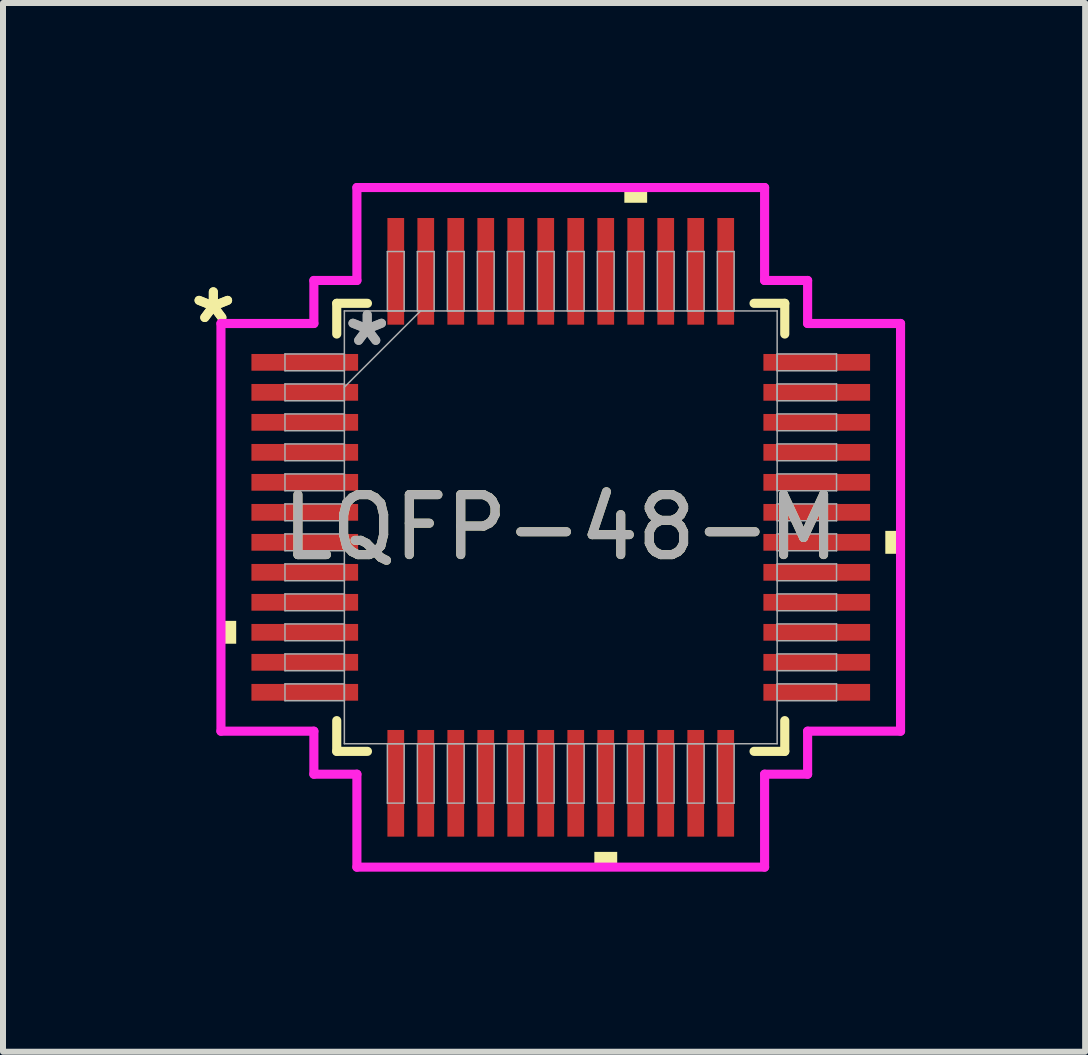
<source format=kicad_pcb>
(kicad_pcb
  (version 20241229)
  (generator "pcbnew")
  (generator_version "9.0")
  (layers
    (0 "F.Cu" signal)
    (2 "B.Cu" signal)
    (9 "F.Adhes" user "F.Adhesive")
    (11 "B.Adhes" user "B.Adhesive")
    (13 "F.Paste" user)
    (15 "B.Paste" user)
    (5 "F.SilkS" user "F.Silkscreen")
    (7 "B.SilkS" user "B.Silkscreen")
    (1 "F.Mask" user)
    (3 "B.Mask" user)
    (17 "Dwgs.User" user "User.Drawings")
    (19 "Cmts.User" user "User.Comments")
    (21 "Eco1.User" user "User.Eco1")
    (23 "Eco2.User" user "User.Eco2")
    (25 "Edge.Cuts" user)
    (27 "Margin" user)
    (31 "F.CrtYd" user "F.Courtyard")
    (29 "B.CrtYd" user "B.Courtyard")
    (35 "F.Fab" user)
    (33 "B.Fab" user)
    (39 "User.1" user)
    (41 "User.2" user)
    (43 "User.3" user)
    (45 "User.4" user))
  (footprint "LQFP-48-M"
    (layer "F.Cu")
    (at 6.297 5.74)
    (property "Reference" "LQFP-48-M" (at 0 0 0) (unlocked yes) (layer "F.SilkS") (effects (font (size 1 1) (thickness 0.15))))
    (attr smd)
    (fp_line (start -3.734 -3.734) (end -3.734 -3.222) (stroke (width 0.152) (type solid)) (layer "F.SilkS"))
    (fp_line (start -3.734 3.222) (end -3.734 3.734) (stroke (width 0.152) (type solid)) (layer "F.SilkS"))
    (fp_line (start -3.734 3.734) (end -3.222 3.734) (stroke (width 0.152) (type solid)) (layer "F.SilkS"))
    (fp_line (start -3.222 -3.734) (end -3.734 -3.734) (stroke (width 0.152) (type solid)) (layer "F.SilkS"))
    (fp_line (start 3.222 3.734) (end 3.734 3.734) (stroke (width 0.152) (type solid)) (layer "F.SilkS"))
    (fp_line (start 3.734 -3.734) (end 3.222 -3.734) (stroke (width 0.152) (type solid)) (layer "F.SilkS"))
    (fp_line (start 3.734 -3.222) (end 3.734 -3.734) (stroke (width 0.152) (type solid)) (layer "F.SilkS"))
    (fp_line (start 3.734 3.734) (end 3.734 3.222) (stroke (width 0.152) (type solid)) (layer "F.SilkS"))
    (fp_poly (pts (xy -5.664 1.559) (xy -5.664 1.94) (xy -5.41 1.94) (xy -5.41 1.559)) (stroke (width 0) (type solid)) (fill yes) (layer "F.SilkS"))
    (fp_poly (pts (xy 0.56 5.41) (xy 0.56 5.664) (xy 0.941 5.664) (xy 0.941 5.41)) (stroke (width 0) (type solid)) (fill yes) (layer "F.SilkS"))
    (fp_poly (pts (xy 1.06 -5.41) (xy 1.06 -5.664) (xy 1.44 -5.664) (xy 1.44 -5.41)) (stroke (width 0) (type solid)) (fill yes) (layer "F.SilkS"))
    (fp_poly (pts (xy 5.664 0.059) (xy 5.664 0.441) (xy 5.41 0.441) (xy 5.41 0.059)) (stroke (width 0) (type solid)) (fill yes) (layer "F.SilkS"))
    (fp_line (start -5.664 -3.398) (end -4.115 -3.398) (stroke (width 0.152) (type solid)) (layer "F.CrtYd"))
    (fp_line (start -5.664 3.398) (end -5.664 -3.398) (stroke (width 0.152) (type solid)) (layer "F.CrtYd"))
    (fp_line (start -4.115 -4.115) (end -3.398 -4.115) (stroke (width 0.152) (type solid)) (layer "F.CrtYd"))
    (fp_line (start -4.115 -3.398) (end -4.115 -4.115) (stroke (width 0.152) (type solid)) (layer "F.CrtYd"))
    (fp_line (start -4.115 3.398) (end -5.664 3.398) (stroke (width 0.152) (type solid)) (layer "F.CrtYd"))
    (fp_line (start -4.115 4.115) (end -4.115 3.398) (stroke (width 0.152) (type solid)) (layer "F.CrtYd"))
    (fp_line (start -4.115 4.115) (end -3.398 4.115) (stroke (width 0.152) (type solid)) (layer "F.CrtYd"))
    (fp_line (start -3.398 -5.664) (end 3.398 -5.664) (stroke (width 0.152) (type solid)) (layer "F.CrtYd"))
    (fp_line (start -3.398 -4.115) (end -3.398 -5.664) (stroke (width 0.152) (type solid)) (layer "F.CrtYd"))
    (fp_line (start -3.398 4.115) (end -3.398 5.664) (stroke (width 0.152) (type solid)) (layer "F.CrtYd"))
    (fp_line (start -3.398 5.664) (end 3.398 5.664) (stroke (width 0.152) (type solid)) (layer "F.CrtYd"))
    (fp_line (start 3.398 -5.664) (end 3.398 -4.115) (stroke (width 0.152) (type solid)) (layer "F.CrtYd"))
    (fp_line (start 3.398 -4.115) (end 4.115 -4.115) (stroke (width 0.152) (type solid)) (layer "F.CrtYd"))
    (fp_line (start 3.398 4.115) (end 4.115 4.115) (stroke (width 0.152) (type solid)) (layer "F.CrtYd"))
    (fp_line (start 3.398 5.664) (end 3.398 4.115) (stroke (width 0.152) (type solid)) (layer "F.CrtYd"))
    (fp_line (start 4.115 -3.398) (end 4.115 -4.115) (stroke (width 0.152) (type solid)) (layer "F.CrtYd"))
    (fp_line (start 4.115 3.398) (end 5.664 3.398) (stroke (width 0.152) (type solid)) (layer "F.CrtYd"))
    (fp_line (start 4.115 4.115) (end 4.115 3.398) (stroke (width 0.152) (type solid)) (layer "F.CrtYd"))
    (fp_line (start 5.664 -3.398) (end 4.115 -3.398) (stroke (width 0.152) (type solid)) (layer "F.CrtYd"))
    (fp_line (start 5.664 3.398) (end 5.664 -3.398) (stroke (width 0.152) (type solid)) (layer "F.CrtYd"))
    (fp_line (start -4.597 -2.89) (end -4.597 -2.61) (stroke (width 0.025) (type solid)) (layer "F.Fab"))
    (fp_line (start -4.597 -2.61) (end -3.607 -2.61) (stroke (width 0.025) (type solid)) (layer "F.Fab"))
    (fp_line (start -4.597 -2.39) (end -4.597 -2.11) (stroke (width 0.025) (type solid)) (layer "F.Fab"))
    (fp_line (start -4.597 -2.11) (end -3.607 -2.11) (stroke (width 0.025) (type solid)) (layer "F.Fab"))
    (fp_line (start -4.597 -1.89) (end -4.597 -1.61) (stroke (width 0.025) (type solid)) (layer "F.Fab"))
    (fp_line (start -4.597 -1.61) (end -3.607 -1.61) (stroke (width 0.025) (type solid)) (layer "F.Fab"))
    (fp_line (start -4.597 -1.39) (end -4.597 -1.11) (stroke (width 0.025) (type solid)) (layer "F.Fab"))
    (fp_line (start -4.597 -1.11) (end -3.607 -1.11) (stroke (width 0.025) (type solid)) (layer "F.Fab"))
    (fp_line (start -4.597 -0.89) (end -4.597 -0.61) (stroke (width 0.025) (type solid)) (layer "F.Fab"))
    (fp_line (start -4.597 -0.61) (end -3.607 -0.61) (stroke (width 0.025) (type solid)) (layer "F.Fab"))
    (fp_line (start -4.597 -0.39) (end -4.597 -0.11) (stroke (width 0.025) (type solid)) (layer "F.Fab"))
    (fp_line (start -4.597 -0.11) (end -3.607 -0.11) (stroke (width 0.025) (type solid)) (layer "F.Fab"))
    (fp_line (start -4.597 0.11) (end -4.597 0.39) (stroke (width 0.025) (type solid)) (layer "F.Fab"))
    (fp_line (start -4.597 0.39) (end -3.607 0.39) (stroke (width 0.025) (type solid)) (layer "F.Fab"))
    (fp_line (start -4.597 0.61) (end -4.597 0.89) (stroke (width 0.025) (type solid)) (layer "F.Fab"))
    (fp_line (start -4.597 0.89) (end -3.607 0.89) (stroke (width 0.025) (type solid)) (layer "F.Fab"))
    (fp_line (start -4.597 1.11) (end -4.597 1.39) (stroke (width 0.025) (type solid)) (layer "F.Fab"))
    (fp_line (start -4.597 1.39) (end -3.607 1.39) (stroke (width 0.025) (type solid)) (layer "F.Fab"))
    (fp_line (start -4.597 1.61) (end -4.597 1.89) (stroke (width 0.025) (type solid)) (layer "F.Fab"))
    (fp_line (start -4.597 1.89) (end -3.607 1.89) (stroke (width 0.025) (type solid)) (layer "F.Fab"))
    (fp_line (start -4.597 2.11) (end -4.597 2.39) (stroke (width 0.025) (type solid)) (layer "F.Fab"))
    (fp_line (start -4.597 2.39) (end -3.607 2.39) (stroke (width 0.025) (type solid)) (layer "F.Fab"))
    (fp_line (start -4.597 2.61) (end -4.597 2.89) (stroke (width 0.025) (type solid)) (layer "F.Fab"))
    (fp_line (start -4.597 2.89) (end -3.607 2.89) (stroke (width 0.025) (type solid)) (layer "F.Fab"))
    (fp_line (start -3.607 -3.607) (end -3.607 3.607) (stroke (width 0.025) (type solid)) (layer "F.Fab"))
    (fp_line (start -3.607 -2.89) (end -4.597 -2.89) (stroke (width 0.025) (type solid)) (layer "F.Fab"))
    (fp_line (start -3.607 -2.61) (end -3.607 -2.89) (stroke (width 0.025) (type solid)) (layer "F.Fab"))
    (fp_line (start -3.607 -2.39) (end -4.597 -2.39) (stroke (width 0.025) (type solid)) (layer "F.Fab"))
    (fp_line (start -3.607 -2.337) (end -2.337 -3.607) (stroke (width 0.025) (type solid)) (layer "F.Fab"))
    (fp_line (start -3.607 -2.11) (end -3.607 -2.39) (stroke (width 0.025) (type solid)) (layer "F.Fab"))
    (fp_line (start -3.607 -1.89) (end -4.597 -1.89) (stroke (width 0.025) (type solid)) (layer "F.Fab"))
    (fp_line (start -3.607 -1.61) (end -3.607 -1.89) (stroke (width 0.025) (type solid)) (layer "F.Fab"))
    (fp_line (start -3.607 -1.39) (end -4.597 -1.39) (stroke (width 0.025) (type solid)) (layer "F.Fab"))
    (fp_line (start -3.607 -1.11) (end -3.607 -1.39) (stroke (width 0.025) (type solid)) (layer "F.Fab"))
    (fp_line (start -3.607 -0.89) (end -4.597 -0.89) (stroke (width 0.025) (type solid)) (layer "F.Fab"))
    (fp_line (start -3.607 -0.61) (end -3.607 -0.89) (stroke (width 0.025) (type solid)) (layer "F.Fab"))
    (fp_line (start -3.607 -0.39) (end -4.597 -0.39) (stroke (width 0.025) (type solid)) (layer "F.Fab"))
    (fp_line (start -3.607 -0.11) (end -3.607 -0.39) (stroke (width 0.025) (type solid)) (layer "F.Fab"))
    (fp_line (start -3.607 0.11) (end -4.597 0.11) (stroke (width 0.025) (type solid)) (layer "F.Fab"))
    (fp_line (start -3.607 0.39) (end -3.607 0.11) (stroke (width 0.025) (type solid)) (layer "F.Fab"))
    (fp_line (start -3.607 0.61) (end -4.597 0.61) (stroke (width 0.025) (type solid)) (layer "F.Fab"))
    (fp_line (start -3.607 0.89) (end -3.607 0.61) (stroke (width 0.025) (type solid)) (layer "F.Fab"))
    (fp_line (start -3.607 1.11) (end -4.597 1.11) (stroke (width 0.025) (type solid)) (layer "F.Fab"))
    (fp_line (start -3.607 1.39) (end -3.607 1.11) (stroke (width 0.025) (type solid)) (layer "F.Fab"))
    (fp_line (start -3.607 1.61) (end -4.597 1.61) (stroke (width 0.025) (type solid)) (layer "F.Fab"))
    (fp_line (start -3.607 1.89) (end -3.607 1.61) (stroke (width 0.025) (type solid)) (layer "F.Fab"))
    (fp_line (start -3.607 2.11) (end -4.597 2.11) (stroke (width 0.025) (type solid)) (layer "F.Fab"))
    (fp_line (start -3.607 2.39) (end -3.607 2.11) (stroke (width 0.025) (type solid)) (layer "F.Fab"))
    (fp_line (start -3.607 2.61) (end -4.597 2.61) (stroke (width 0.025) (type solid)) (layer "F.Fab"))
    (fp_line (start -3.607 2.89) (end -3.607 2.61) (stroke (width 0.025) (type solid)) (layer "F.Fab"))
    (fp_line (start -3.607 3.607) (end 3.607 3.607) (stroke (width 0.025) (type solid)) (layer "F.Fab"))
    (fp_line (start -2.89 -4.597) (end -2.89 -3.607) (stroke (width 0.025) (type solid)) (layer "F.Fab"))
    (fp_line (start -2.89 -3.607) (end -2.61 -3.607) (stroke (width 0.025) (type solid)) (layer "F.Fab"))
    (fp_line (start -2.89 3.607) (end -2.89 4.597) (stroke (width 0.025) (type solid)) (layer "F.Fab"))
    (fp_line (start -2.89 4.597) (end -2.61 4.597) (stroke (width 0.025) (type solid)) (layer "F.Fab"))
    (fp_line (start -2.61 -4.597) (end -2.89 -4.597) (stroke (width 0.025) (type solid)) (layer "F.Fab"))
    (fp_line (start -2.61 -3.607) (end -2.61 -4.597) (stroke (width 0.025) (type solid)) (layer "F.Fab"))
    (fp_line (start -2.61 3.607) (end -2.89 3.607) (stroke (width 0.025) (type solid)) (layer "F.Fab"))
    (fp_line (start -2.61 4.597) (end -2.61 3.607) (stroke (width 0.025) (type solid)) (layer "F.Fab"))
    (fp_line (start -2.39 -4.597) (end -2.39 -3.607) (stroke (width 0.025) (type solid)) (layer "F.Fab"))
    (fp_line (start -2.39 -3.607) (end -2.11 -3.607) (stroke (width 0.025) (type solid)) (layer "F.Fab"))
    (fp_line (start -2.39 3.607) (end -2.39 4.597) (stroke (width 0.025) (type solid)) (layer "F.Fab"))
    (fp_line (start -2.39 4.597) (end -2.11 4.597) (stroke (width 0.025) (type solid)) (layer "F.Fab"))
    (fp_line (start -2.11 -4.597) (end -2.39 -4.597) (stroke (width 0.025) (type solid)) (layer "F.Fab"))
    (fp_line (start -2.11 -3.607) (end -2.11 -4.597) (stroke (width 0.025) (type solid)) (layer "F.Fab"))
    (fp_line (start -2.11 3.607) (end -2.39 3.607) (stroke (width 0.025) (type solid)) (layer "F.Fab"))
    (fp_line (start -2.11 4.597) (end -2.11 3.607) (stroke (width 0.025) (type solid)) (layer "F.Fab"))
    (fp_line (start -1.89 -4.597) (end -1.89 -3.607) (stroke (width 0.025) (type solid)) (layer "F.Fab"))
    (fp_line (start -1.89 -3.607) (end -1.61 -3.607) (stroke (width 0.025) (type solid)) (layer "F.Fab"))
    (fp_line (start -1.89 3.607) (end -1.89 4.597) (stroke (width 0.025) (type solid)) (layer "F.Fab"))
    (fp_line (start -1.89 4.597) (end -1.61 4.597) (stroke (width 0.025) (type solid)) (layer "F.Fab"))
    (fp_line (start -1.61 -4.597) (end -1.89 -4.597) (stroke (width 0.025) (type solid)) (layer "F.Fab"))
    (fp_line (start -1.61 -3.607) (end -1.61 -4.597) (stroke (width 0.025) (type solid)) (layer "F.Fab"))
    (fp_line (start -1.61 3.607) (end -1.89 3.607) (stroke (width 0.025) (type solid)) (layer "F.Fab"))
    (fp_line (start -1.61 4.597) (end -1.61 3.607) (stroke (width 0.025) (type solid)) (layer "F.Fab"))
    (fp_line (start -1.39 -4.597) (end -1.39 -3.607) (stroke (width 0.025) (type solid)) (layer "F.Fab"))
    (fp_line (start -1.39 -3.607) (end -1.11 -3.607) (stroke (width 0.025) (type solid)) (layer "F.Fab"))
    (fp_line (start -1.39 3.607) (end -1.39 4.597) (stroke (width 0.025) (type solid)) (layer "F.Fab"))
    (fp_line (start -1.39 4.597) (end -1.11 4.597) (stroke (width 0.025) (type solid)) (layer "F.Fab"))
    (fp_line (start -1.11 -4.597) (end -1.39 -4.597) (stroke (width 0.025) (type solid)) (layer "F.Fab"))
    (fp_line (start -1.11 -3.607) (end -1.11 -4.597) (stroke (width 0.025) (type solid)) (layer "F.Fab"))
    (fp_line (start -1.11 3.607) (end -1.39 3.607) (stroke (width 0.025) (type solid)) (layer "F.Fab"))
    (fp_line (start -1.11 4.597) (end -1.11 3.607) (stroke (width 0.025) (type solid)) (layer "F.Fab"))
    (fp_line (start -0.89 -4.597) (end -0.89 -3.607) (stroke (width 0.025) (type solid)) (layer "F.Fab"))
    (fp_line (start -0.89 -3.607) (end -0.61 -3.607) (stroke (width 0.025) (type solid)) (layer "F.Fab"))
    (fp_line (start -0.89 3.607) (end -0.89 4.597) (stroke (width 0.025) (type solid)) (layer "F.Fab"))
    (fp_line (start -0.89 4.597) (end -0.61 4.597) (stroke (width 0.025) (type solid)) (layer "F.Fab"))
    (fp_line (start -0.61 -4.597) (end -0.89 -4.597) (stroke (width 0.025) (type solid)) (layer "F.Fab"))
    (fp_line (start -0.61 -3.607) (end -0.61 -4.597) (stroke (width 0.025) (type solid)) (layer "F.Fab"))
    (fp_line (start -0.61 3.607) (end -0.89 3.607) (stroke (width 0.025) (type solid)) (layer "F.Fab"))
    (fp_line (start -0.61 4.597) (end -0.61 3.607) (stroke (width 0.025) (type solid)) (layer "F.Fab"))
    (fp_line (start -0.39 -4.597) (end -0.39 -3.607) (stroke (width 0.025) (type solid)) (layer "F.Fab"))
    (fp_line (start -0.39 -3.607) (end -0.11 -3.607) (stroke (width 0.025) (type solid)) (layer "F.Fab"))
    (fp_line (start -0.39 3.607) (end -0.39 4.597) (stroke (width 0.025) (type solid)) (layer "F.Fab"))
    (fp_line (start -0.39 4.597) (end -0.11 4.597) (stroke (width 0.025) (type solid)) (layer "F.Fab"))
    (fp_line (start -0.11 -4.597) (end -0.39 -4.597) (stroke (width 0.025) (type solid)) (layer "F.Fab"))
    (fp_line (start -0.11 -3.607) (end -0.11 -4.597) (stroke (width 0.025) (type solid)) (layer "F.Fab"))
    (fp_line (start -0.11 3.607) (end -0.39 3.607) (stroke (width 0.025) (type solid)) (layer "F.Fab"))
    (fp_line (start -0.11 4.597) (end -0.11 3.607) (stroke (width 0.025) (type solid)) (layer "F.Fab"))
    (fp_line (start 0.11 -4.597) (end 0.11 -3.607) (stroke (width 0.025) (type solid)) (layer "F.Fab"))
    (fp_line (start 0.11 -3.607) (end 0.39 -3.607) (stroke (width 0.025) (type solid)) (layer "F.Fab"))
    (fp_line (start 0.11 3.607) (end 0.11 4.597) (stroke (width 0.025) (type solid)) (layer "F.Fab"))
    (fp_line (start 0.11 4.597) (end 0.39 4.597) (stroke (width 0.025) (type solid)) (layer "F.Fab"))
    (fp_line (start 0.39 -4.597) (end 0.11 -4.597) (stroke (width 0.025) (type solid)) (layer "F.Fab"))
    (fp_line (start 0.39 -3.607) (end 0.39 -4.597) (stroke (width 0.025) (type solid)) (layer "F.Fab"))
    (fp_line (start 0.39 3.607) (end 0.11 3.607) (stroke (width 0.025) (type solid)) (layer "F.Fab"))
    (fp_line (start 0.39 4.597) (end 0.39 3.607) (stroke (width 0.025) (type solid)) (layer "F.Fab"))
    (fp_line (start 0.61 -4.597) (end 0.61 -3.607) (stroke (width 0.025) (type solid)) (layer "F.Fab"))
    (fp_line (start 0.61 -3.607) (end 0.89 -3.607) (stroke (width 0.025) (type solid)) (layer "F.Fab"))
    (fp_line (start 0.61 3.607) (end 0.61 4.597) (stroke (width 0.025) (type solid)) (layer "F.Fab"))
    (fp_line (start 0.61 4.597) (end 0.89 4.597) (stroke (width 0.025) (type solid)) (layer "F.Fab"))
    (fp_line (start 0.89 -4.597) (end 0.61 -4.597) (stroke (width 0.025) (type solid)) (layer "F.Fab"))
    (fp_line (start 0.89 -3.607) (end 0.89 -4.597) (stroke (width 0.025) (type solid)) (layer "F.Fab"))
    (fp_line (start 0.89 3.607) (end 0.61 3.607) (stroke (width 0.025) (type solid)) (layer "F.Fab"))
    (fp_line (start 0.89 4.597) (end 0.89 3.607) (stroke (width 0.025) (type solid)) (layer "F.Fab"))
    (fp_line (start 1.11 -4.597) (end 1.11 -3.607) (stroke (width 0.025) (type solid)) (layer "F.Fab"))
    (fp_line (start 1.11 -3.607) (end 1.39 -3.607) (stroke (width 0.025) (type solid)) (layer "F.Fab"))
    (fp_line (start 1.11 3.607) (end 1.11 4.597) (stroke (width 0.025) (type solid)) (layer "F.Fab"))
    (fp_line (start 1.11 4.597) (end 1.39 4.597) (stroke (width 0.025) (type solid)) (layer "F.Fab"))
    (fp_line (start 1.39 -4.597) (end 1.11 -4.597) (stroke (width 0.025) (type solid)) (layer "F.Fab"))
    (fp_line (start 1.39 -3.607) (end 1.39 -4.597) (stroke (width 0.025) (type solid)) (layer "F.Fab"))
    (fp_line (start 1.39 3.607) (end 1.11 3.607) (stroke (width 0.025) (type solid)) (layer "F.Fab"))
    (fp_line (start 1.39 4.597) (end 1.39 3.607) (stroke (width 0.025) (type solid)) (layer "F.Fab"))
    (fp_line (start 1.61 -4.597) (end 1.61 -3.607) (stroke (width 0.025) (type solid)) (layer "F.Fab"))
    (fp_line (start 1.61 -3.607) (end 1.89 -3.607) (stroke (width 0.025) (type solid)) (layer "F.Fab"))
    (fp_line (start 1.61 3.607) (end 1.61 4.597) (stroke (width 0.025) (type solid)) (layer "F.Fab"))
    (fp_line (start 1.61 4.597) (end 1.89 4.597) (stroke (width 0.025) (type solid)) (layer "F.Fab"))
    (fp_line (start 1.89 -4.597) (end 1.61 -4.597) (stroke (width 0.025) (type solid)) (layer "F.Fab"))
    (fp_line (start 1.89 -3.607) (end 1.89 -4.597) (stroke (width 0.025) (type solid)) (layer "F.Fab"))
    (fp_line (start 1.89 3.607) (end 1.61 3.607) (stroke (width 0.025) (type solid)) (layer "F.Fab"))
    (fp_line (start 1.89 4.597) (end 1.89 3.607) (stroke (width 0.025) (type solid)) (layer "F.Fab"))
    (fp_line (start 2.11 -4.597) (end 2.11 -3.607) (stroke (width 0.025) (type solid)) (layer "F.Fab"))
    (fp_line (start 2.11 -3.607) (end 2.39 -3.607) (stroke (width 0.025) (type solid)) (layer "F.Fab"))
    (fp_line (start 2.11 3.607) (end 2.11 4.597) (stroke (width 0.025) (type solid)) (layer "F.Fab"))
    (fp_line (start 2.11 4.597) (end 2.39 4.597) (stroke (width 0.025) (type solid)) (layer "F.Fab"))
    (fp_line (start 2.39 -4.597) (end 2.11 -4.597) (stroke (width 0.025) (type solid)) (layer "F.Fab"))
    (fp_line (start 2.39 -3.607) (end 2.39 -4.597) (stroke (width 0.025) (type solid)) (layer "F.Fab"))
    (fp_line (start 2.39 3.607) (end 2.11 3.607) (stroke (width 0.025) (type solid)) (layer "F.Fab"))
    (fp_line (start 2.39 4.597) (end 2.39 3.607) (stroke (width 0.025) (type solid)) (layer "F.Fab"))
    (fp_line (start 2.61 -4.597) (end 2.61 -3.607) (stroke (width 0.025) (type solid)) (layer "F.Fab"))
    (fp_line (start 2.61 -3.607) (end 2.89 -3.607) (stroke (width 0.025) (type solid)) (layer "F.Fab"))
    (fp_line (start 2.61 3.607) (end 2.61 4.597) (stroke (width 0.025) (type solid)) (layer "F.Fab"))
    (fp_line (start 2.61 4.597) (end 2.89 4.597) (stroke (width 0.025) (type solid)) (layer "F.Fab"))
    (fp_line (start 2.89 -4.597) (end 2.61 -4.597) (stroke (width 0.025) (type solid)) (layer "F.Fab"))
    (fp_line (start 2.89 -3.607) (end 2.89 -4.597) (stroke (width 0.025) (type solid)) (layer "F.Fab"))
    (fp_line (start 2.89 3.607) (end 2.61 3.607) (stroke (width 0.025) (type solid)) (layer "F.Fab"))
    (fp_line (start 2.89 4.597) (end 2.89 3.607) (stroke (width 0.025) (type solid)) (layer "F.Fab"))
    (fp_line (start 3.607 -3.607) (end -3.607 -3.607) (stroke (width 0.025) (type solid)) (layer "F.Fab"))
    (fp_line (start 3.607 -2.89) (end 3.607 -2.61) (stroke (width 0.025) (type solid)) (layer "F.Fab"))
    (fp_line (start 3.607 -2.61) (end 4.597 -2.61) (stroke (width 0.025) (type solid)) (layer "F.Fab"))
    (fp_line (start 3.607 -2.39) (end 3.607 -2.11) (stroke (width 0.025) (type solid)) (layer "F.Fab"))
    (fp_line (start 3.607 -2.11) (end 4.597 -2.11) (stroke (width 0.025) (type solid)) (layer "F.Fab"))
    (fp_line (start 3.607 -1.89) (end 3.607 -1.61) (stroke (width 0.025) (type solid)) (layer "F.Fab"))
    (fp_line (start 3.607 -1.61) (end 4.597 -1.61) (stroke (width 0.025) (type solid)) (layer "F.Fab"))
    (fp_line (start 3.607 -1.39) (end 3.607 -1.11) (stroke (width 0.025) (type solid)) (layer "F.Fab"))
    (fp_line (start 3.607 -1.11) (end 4.597 -1.11) (stroke (width 0.025) (type solid)) (layer "F.Fab"))
    (fp_line (start 3.607 -0.89) (end 3.607 -0.61) (stroke (width 0.025) (type solid)) (layer "F.Fab"))
    (fp_line (start 3.607 -0.61) (end 4.597 -0.61) (stroke (width 0.025) (type solid)) (layer "F.Fab"))
    (fp_line (start 3.607 -0.39) (end 3.607 -0.11) (stroke (width 0.025) (type solid)) (layer "F.Fab"))
    (fp_line (start 3.607 -0.11) (end 4.597 -0.11) (stroke (width 0.025) (type solid)) (layer "F.Fab"))
    (fp_line (start 3.607 0.11) (end 3.607 0.39) (stroke (width 0.025) (type solid)) (layer "F.Fab"))
    (fp_line (start 3.607 0.39) (end 4.597 0.39) (stroke (width 0.025) (type solid)) (layer "F.Fab"))
    (fp_line (start 3.607 0.61) (end 3.607 0.89) (stroke (width 0.025) (type solid)) (layer "F.Fab"))
    (fp_line (start 3.607 0.89) (end 4.597 0.89) (stroke (width 0.025) (type solid)) (layer "F.Fab"))
    (fp_line (start 3.607 1.11) (end 3.607 1.39) (stroke (width 0.025) (type solid)) (layer "F.Fab"))
    (fp_line (start 3.607 1.39) (end 4.597 1.39) (stroke (width 0.025) (type solid)) (layer "F.Fab"))
    (fp_line (start 3.607 1.61) (end 3.607 1.89) (stroke (width 0.025) (type solid)) (layer "F.Fab"))
    (fp_line (start 3.607 1.89) (end 4.597 1.89) (stroke (width 0.025) (type solid)) (layer "F.Fab"))
    (fp_line (start 3.607 2.11) (end 3.607 2.39) (stroke (width 0.025) (type solid)) (layer "F.Fab"))
    (fp_line (start 3.607 2.39) (end 4.597 2.39) (stroke (width 0.025) (type solid)) (layer "F.Fab"))
    (fp_line (start 3.607 2.61) (end 3.607 2.89) (stroke (width 0.025) (type solid)) (layer "F.Fab"))
    (fp_line (start 3.607 2.89) (end 4.597 2.89) (stroke (width 0.025) (type solid)) (layer "F.Fab"))
    (fp_line (start 3.607 3.607) (end 3.607 -3.607) (stroke (width 0.025) (type solid)) (layer "F.Fab"))
    (fp_line (start 4.597 -2.89) (end 3.607 -2.89) (stroke (width 0.025) (type solid)) (layer "F.Fab"))
    (fp_line (start 4.597 -2.61) (end 4.597 -2.89) (stroke (width 0.025) (type solid)) (layer "F.Fab"))
    (fp_line (start 4.597 -2.39) (end 3.607 -2.39) (stroke (width 0.025) (type solid)) (layer "F.Fab"))
    (fp_line (start 4.597 -2.11) (end 4.597 -2.39) (stroke (width 0.025) (type solid)) (layer "F.Fab"))
    (fp_line (start 4.597 -1.89) (end 3.607 -1.89) (stroke (width 0.025) (type solid)) (layer "F.Fab"))
    (fp_line (start 4.597 -1.61) (end 4.597 -1.89) (stroke (width 0.025) (type solid)) (layer "F.Fab"))
    (fp_line (start 4.597 -1.39) (end 3.607 -1.39) (stroke (width 0.025) (type solid)) (layer "F.Fab"))
    (fp_line (start 4.597 -1.11) (end 4.597 -1.39) (stroke (width 0.025) (type solid)) (layer "F.Fab"))
    (fp_line (start 4.597 -0.89) (end 3.607 -0.89) (stroke (width 0.025) (type solid)) (layer "F.Fab"))
    (fp_line (start 4.597 -0.61) (end 4.597 -0.89) (stroke (width 0.025) (type solid)) (layer "F.Fab"))
    (fp_line (start 4.597 -0.39) (end 3.607 -0.39) (stroke (width 0.025) (type solid)) (layer "F.Fab"))
    (fp_line (start 4.597 -0.11) (end 4.597 -0.39) (stroke (width 0.025) (type solid)) (layer "F.Fab"))
    (fp_line (start 4.597 0.11) (end 3.607 0.11) (stroke (width 0.025) (type solid)) (layer "F.Fab"))
    (fp_line (start 4.597 0.39) (end 4.597 0.11) (stroke (width 0.025) (type solid)) (layer "F.Fab"))
    (fp_line (start 4.597 0.61) (end 3.607 0.61) (stroke (width 0.025) (type solid)) (layer "F.Fab"))
    (fp_line (start 4.597 0.89) (end 4.597 0.61) (stroke (width 0.025) (type solid)) (layer "F.Fab"))
    (fp_line (start 4.597 1.11) (end 3.607 1.11) (stroke (width 0.025) (type solid)) (layer "F.Fab"))
    (fp_line (start 4.597 1.39) (end 4.597 1.11) (stroke (width 0.025) (type solid)) (layer "F.Fab"))
    (fp_line (start 4.597 1.61) (end 3.607 1.61) (stroke (width 0.025) (type solid)) (layer "F.Fab"))
    (fp_line (start 4.597 1.89) (end 4.597 1.61) (stroke (width 0.025) (type solid)) (layer "F.Fab"))
    (fp_line (start 4.597 2.11) (end 3.607 2.11) (stroke (width 0.025) (type solid)) (layer "F.Fab"))
    (fp_line (start 4.597 2.39) (end 4.597 2.11) (stroke (width 0.025) (type solid)) (layer "F.Fab"))
    (fp_line (start 4.597 2.61) (end 3.607 2.61) (stroke (width 0.025) (type solid)) (layer "F.Fab"))
    (fp_line (start 4.597 2.89) (end 4.597 2.61) (stroke (width 0.025) (type solid)) (layer "F.Fab"))
    (fp_text user "*" (at -5.791 -3.381 0) (layer "F.SilkS") (effects (font (size 1 1) (thickness 0.15))))
    (fp_text user "*" (at -5.791 -3.381 0) (unlocked yes) (layer "F.SilkS") (effects (font (size 1 1) (thickness 0.15))))
    (fp_text user "${REFERENCE}" (at 0 0 0) (unlocked yes) (layer "F.Fab") (effects (font (size 1 1) (thickness 0.15))))
    (fp_text user "*" (at -3.226 -3 0) (layer "F.Fab") (effects (font (size 1 1) (thickness 0.15))))
    (fp_text user "*" (at -3.226 -3 0) (unlocked yes) (layer "F.Fab") (effects (font (size 1 1) (thickness 0.15))))
    (pad "1" smd rect (at -4.267 -2.75 90) (size 0.279 1.778) (layers "F.Cu" "F.Mask" "F.Paste"))
    (pad "2" smd rect (at -4.267 -2.25 90) (size 0.279 1.778) (layers "F.Cu" "F.Mask" "F.Paste"))
    (pad "3" smd rect (at -4.267 -1.75 90) (size 0.279 1.778) (layers "F.Cu" "F.Mask" "F.Paste"))
    (pad "4" smd rect (at -4.267 -1.25 90) (size 0.279 1.778) (layers "F.Cu" "F.Mask" "F.Paste"))
    (pad "5" smd rect (at -4.267 -0.75 90) (size 0.279 1.778) (layers "F.Cu" "F.Mask" "F.Paste"))
    (pad "6" smd rect (at -4.267 -0.25 90) (size 0.279 1.778) (layers "F.Cu" "F.Mask" "F.Paste"))
    (pad "7" smd rect (at -4.267 0.25 90) (size 0.279 1.778) (layers "F.Cu" "F.Mask" "F.Paste"))
    (pad "8" smd rect (at -4.267 0.75 90) (size 0.279 1.778) (layers "F.Cu" "F.Mask" "F.Paste"))
    (pad "9" smd rect (at -4.267 1.25 90) (size 0.279 1.778) (layers "F.Cu" "F.Mask" "F.Paste"))
    (pad "10" smd rect (at -4.267 1.75 90) (size 0.279 1.778) (layers "F.Cu" "F.Mask" "F.Paste"))
    (pad "11" smd rect (at -4.267 2.25 90) (size 0.279 1.778) (layers "F.Cu" "F.Mask" "F.Paste"))
    (pad "12" smd rect (at -4.267 2.75 90) (size 0.279 1.778) (layers "F.Cu" "F.Mask" "F.Paste"))
    (pad "13" smd rect (at -2.75 4.267) (size 0.279 1.778) (layers "F.Cu" "F.Mask" "F.Paste"))
    (pad "14" smd rect (at -2.25 4.267) (size 0.279 1.778) (layers "F.Cu" "F.Mask" "F.Paste"))
    (pad "15" smd rect (at -1.75 4.267) (size 0.279 1.778) (layers "F.Cu" "F.Mask" "F.Paste"))
    (pad "16" smd rect (at -1.25 4.267) (size 0.279 1.778) (layers "F.Cu" "F.Mask" "F.Paste"))
    (pad "17" smd rect (at -0.75 4.267) (size 0.279 1.778) (layers "F.Cu" "F.Mask" "F.Paste"))
    (pad "18" smd rect (at -0.25 4.267) (size 0.279 1.778) (layers "F.Cu" "F.Mask" "F.Paste"))
    (pad "19" smd rect (at 0.25 4.267) (size 0.279 1.778) (layers "F.Cu" "F.Mask" "F.Paste"))
    (pad "20" smd rect (at 0.75 4.267) (size 0.279 1.778) (layers "F.Cu" "F.Mask" "F.Paste"))
    (pad "21" smd rect (at 1.25 4.267) (size 0.279 1.778) (layers "F.Cu" "F.Mask" "F.Paste"))
    (pad "22" smd rect (at 1.75 4.267) (size 0.279 1.778) (layers "F.Cu" "F.Mask" "F.Paste"))
    (pad "23" smd rect (at 2.25 4.267) (size 0.279 1.778) (layers "F.Cu" "F.Mask" "F.Paste"))
    (pad "24" smd rect (at 2.75 4.267) (size 0.279 1.778) (layers "F.Cu" "F.Mask" "F.Paste"))
    (pad "25" smd rect (at 4.267 2.75 90) (size 0.279 1.778) (layers "F.Cu" "F.Mask" "F.Paste"))
    (pad "26" smd rect (at 4.267 2.25 90) (size 0.279 1.778) (layers "F.Cu" "F.Mask" "F.Paste"))
    (pad "27" smd rect (at 4.267 1.75 90) (size 0.279 1.778) (layers "F.Cu" "F.Mask" "F.Paste"))
    (pad "28" smd rect (at 4.267 1.25 90) (size 0.279 1.778) (layers "F.Cu" "F.Mask" "F.Paste"))
    (pad "29" smd rect (at 4.267 0.75 90) (size 0.279 1.778) (layers "F.Cu" "F.Mask" "F.Paste"))
    (pad "30" smd rect (at 4.267 0.25 90) (size 0.279 1.778) (layers "F.Cu" "F.Mask" "F.Paste"))
    (pad "31" smd rect (at 4.267 -0.25 90) (size 0.279 1.778) (layers "F.Cu" "F.Mask" "F.Paste"))
    (pad "32" smd rect (at 4.267 -0.75 90) (size 0.279 1.778) (layers "F.Cu" "F.Mask" "F.Paste"))
    (pad "33" smd rect (at 4.267 -1.25 90) (size 0.279 1.778) (layers "F.Cu" "F.Mask" "F.Paste"))
    (pad "34" smd rect (at 4.267 -1.75 90) (size 0.279 1.778) (layers "F.Cu" "F.Mask" "F.Paste"))
    (pad "35" smd rect (at 4.267 -2.25 90) (size 0.279 1.778) (layers "F.Cu" "F.Mask" "F.Paste"))
    (pad "36" smd rect (at 4.267 -2.75 90) (size 0.279 1.778) (layers "F.Cu" "F.Mask" "F.Paste"))
    (pad "37" smd rect (at 2.75 -4.267) (size 0.279 1.778) (layers "F.Cu" "F.Mask" "F.Paste"))
    (pad "38" smd rect (at 2.25 -4.267) (size 0.279 1.778) (layers "F.Cu" "F.Mask" "F.Paste"))
    (pad "39" smd rect (at 1.75 -4.267) (size 0.279 1.778) (layers "F.Cu" "F.Mask" "F.Paste"))
    (pad "40" smd rect (at 1.25 -4.267) (size 0.279 1.778) (layers "F.Cu" "F.Mask" "F.Paste"))
    (pad "41" smd rect (at 0.75 -4.267) (size 0.279 1.778) (layers "F.Cu" "F.Mask" "F.Paste"))
    (pad "42" smd rect (at 0.25 -4.267) (size 0.279 1.778) (layers "F.Cu" "F.Mask" "F.Paste"))
    (pad "43" smd rect (at -0.25 -4.267) (size 0.279 1.778) (layers "F.Cu" "F.Mask" "F.Paste"))
    (pad "44" smd rect (at -0.75 -4.267) (size 0.279 1.778) (layers "F.Cu" "F.Mask" "F.Paste"))
    (pad "45" smd rect (at -1.25 -4.267) (size 0.279 1.778) (layers "F.Cu" "F.Mask" "F.Paste"))
    (pad "46" smd rect (at -1.75 -4.267) (size 0.279 1.778) (layers "F.Cu" "F.Mask" "F.Paste"))
    (pad "47" smd rect (at -2.25 -4.267) (size 0.279 1.778) (layers "F.Cu" "F.Mask" "F.Paste"))
    (pad "48" smd rect (at -2.75 -4.267) (size 0.279 1.778) (layers "F.Cu" "F.Mask" "F.Paste")))
  (gr_rect
    (start -3 -3)
    (end 15.038 14.481)
    (stroke (width 0.1) (type default))
    (fill no)
    (layer "Edge.Cuts")))
</source>
